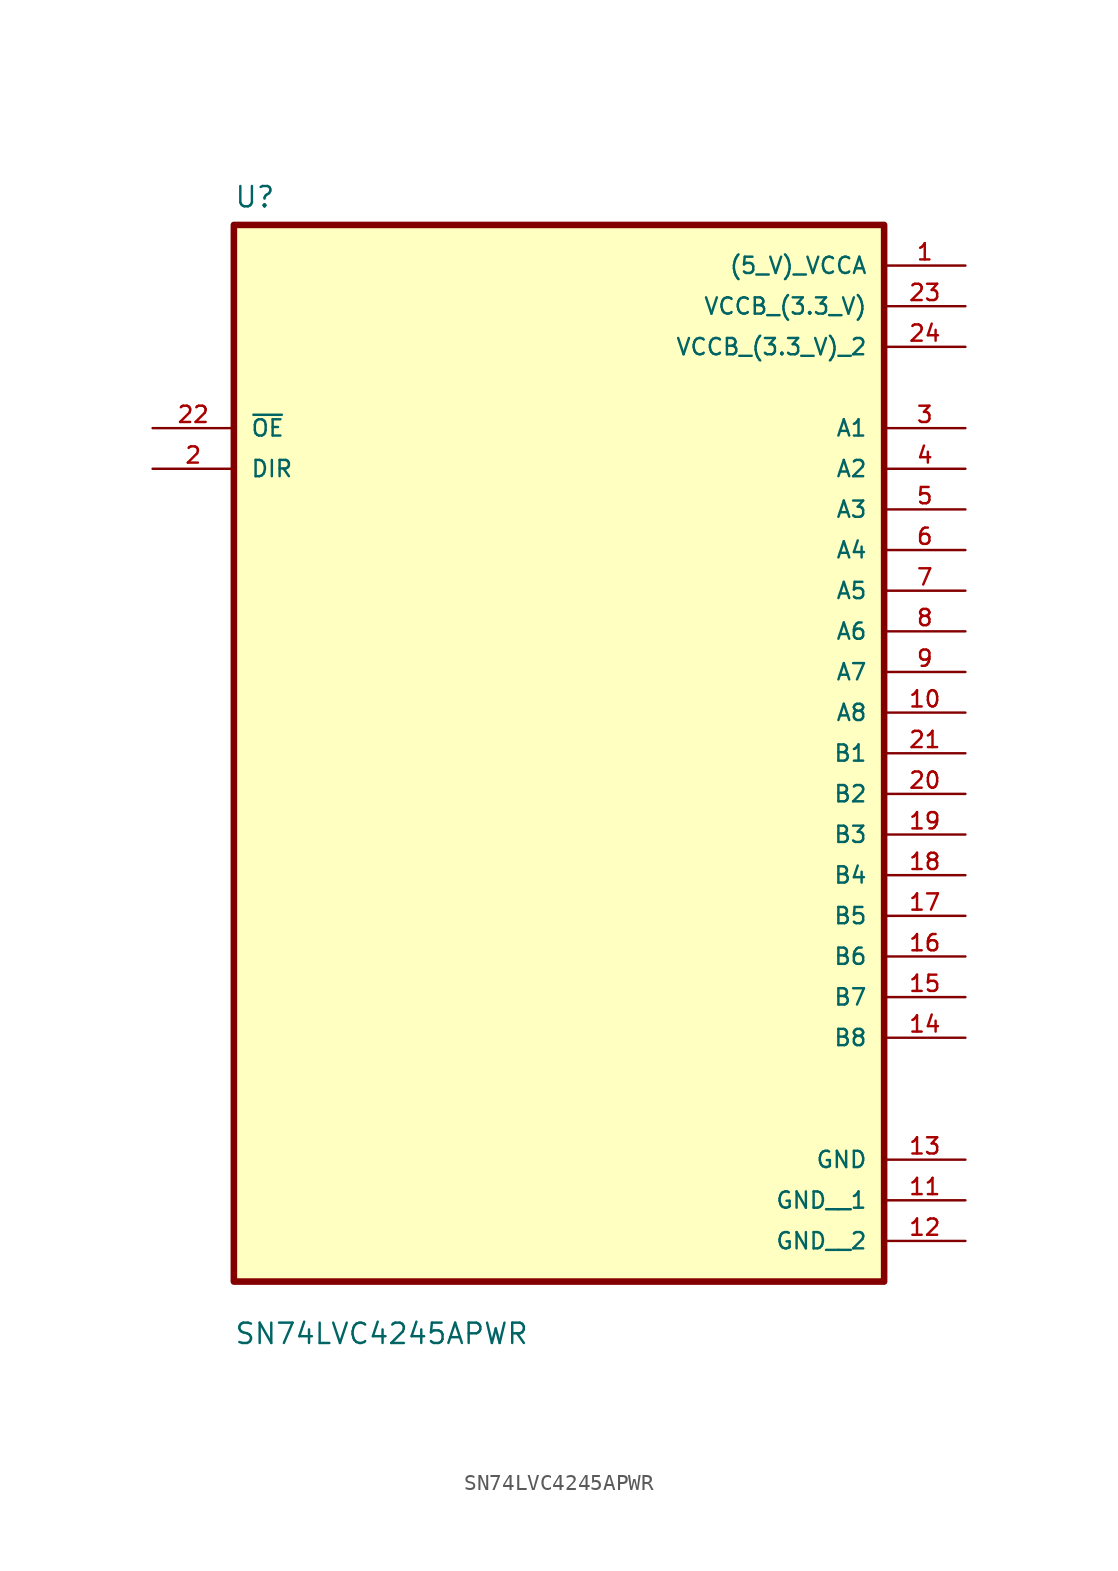
<source format=kicad_sym>
(kicad_symbol_lib
  (version 20211014)
  (generator kicad_symbol_editor)
  (symbol "SN74LVC4245APWR"
    (pin_names
      (offset 1.016))
    (property "Reference" "U"
      (at -20.32 31.48 0.0)
      (effects (font (size 1.27 1.27)) (justify bottom left)))
    (property "Value" "SN74LVC4245APWR"
      (at -20.32 -39.56 0.0)
      (effects (font (size 1.27 1.27)) (justify bottom left)))
    (symbol "SN74LVC4245APWR_0_0"
      (rectangle (start -20.32 -35.56) (end 20.32 30.48) (stroke (width 0.41)) (fill (type background)))
      (pin input line (at -25.4 17.78 0) (length 5.08) (name "~{OE}" (effects (font (size 1.016 1.016)))) (number "22" (effects (font (size 1.016 1.016)))))
      (pin input line (at -25.4 15.24 0) (length 5.08) (name "DIR" (effects (font (size 1.016 1.016)))) (number "2" (effects (font (size 1.016 1.016)))))
      (pin power_in line (at 25.4 27.94 180.0) (length 5.08) (name "(5_V)_VCCA" (effects (font (size 1.016 1.016)))) (number "1" (effects (font (size 1.016 1.016)))))
      (pin power_in line (at 25.4 25.4 180.0) (length 5.08) (name "VCCB_(3.3_V)" (effects (font (size 1.016 1.016)))) (number "23" (effects (font (size 1.016 1.016)))))
      (pin power_in line (at 25.4 22.86 180.0) (length 5.08) (name "VCCB_(3.3_V)_2" (effects (font (size 1.016 1.016)))) (number "24" (effects (font (size 1.016 1.016)))))
      (pin output line (at 25.4 17.78 180.0) (length 5.08) (name "A1" (effects (font (size 1.016 1.016)))) (number "3" (effects (font (size 1.016 1.016)))))
      (pin output line (at 25.4 15.24 180.0) (length 5.08) (name "A2" (effects (font (size 1.016 1.016)))) (number "4" (effects (font (size 1.016 1.016)))))
      (pin output line (at 25.4 12.7 180.0) (length 5.08) (name "A3" (effects (font (size 1.016 1.016)))) (number "5" (effects (font (size 1.016 1.016)))))
      (pin output line (at 25.4 10.16 180.0) (length 5.08) (name "A4" (effects (font (size 1.016 1.016)))) (number "6" (effects (font (size 1.016 1.016)))))
      (pin output line (at 25.4 7.62 180.0) (length 5.08) (name "A5" (effects (font (size 1.016 1.016)))) (number "7" (effects (font (size 1.016 1.016)))))
      (pin output line (at 25.4 5.08 180.0) (length 5.08) (name "A6" (effects (font (size 1.016 1.016)))) (number "8" (effects (font (size 1.016 1.016)))))
      (pin output line (at 25.4 2.54 180.0) (length 5.08) (name "A7" (effects (font (size 1.016 1.016)))) (number "9" (effects (font (size 1.016 1.016)))))
      (pin output line (at 25.4 3.55271e-15 180.0) (length 5.08) (name "A8" (effects (font (size 1.016 1.016)))) (number "10" (effects (font (size 1.016 1.016)))))
      (pin output line (at 25.4 -2.54 180.0) (length 5.08) (name "B1" (effects (font (size 1.016 1.016)))) (number "21" (effects (font (size 1.016 1.016)))))
      (pin output line (at 25.4 -5.08 180.0) (length 5.08) (name "B2" (effects (font (size 1.016 1.016)))) (number "20" (effects (font (size 1.016 1.016)))))
      (pin output line (at 25.4 -7.62 180.0) (length 5.08) (name "B3" (effects (font (size 1.016 1.016)))) (number "19" (effects (font (size 1.016 1.016)))))
      (pin output line (at 25.4 -10.16 180.0) (length 5.08) (name "B4" (effects (font (size 1.016 1.016)))) (number "18" (effects (font (size 1.016 1.016)))))
      (pin output line (at 25.4 -12.7 180.0) (length 5.08) (name "B5" (effects (font (size 1.016 1.016)))) (number "17" (effects (font (size 1.016 1.016)))))
      (pin output line (at 25.4 -15.24 180.0) (length 5.08) (name "B6" (effects (font (size 1.016 1.016)))) (number "16" (effects (font (size 1.016 1.016)))))
      (pin output line (at 25.4 -17.78 180.0) (length 5.08) (name "B7" (effects (font (size 1.016 1.016)))) (number "15" (effects (font (size 1.016 1.016)))))
      (pin output line (at 25.4 -20.32 180.0) (length 5.08) (name "B8" (effects (font (size 1.016 1.016)))) (number "14" (effects (font (size 1.016 1.016)))))
      (pin power_in line (at 25.4 -27.94 180.0) (length 5.08) (name "GND" (effects (font (size 1.016 1.016)))) (number "13" (effects (font (size 1.016 1.016)))))
      (pin power_in line (at 25.4 -30.48 180.0) (length 5.08) (name "GND__1" (effects (font (size 1.016 1.016)))) (number "11" (effects (font (size 1.016 1.016)))))
      (pin power_in line (at 25.4 -33.02 180.0) (length 5.08) (name "GND__2" (effects (font (size 1.016 1.016)))) (number "12" (effects (font (size 1.016 1.016))))))))
</source>
